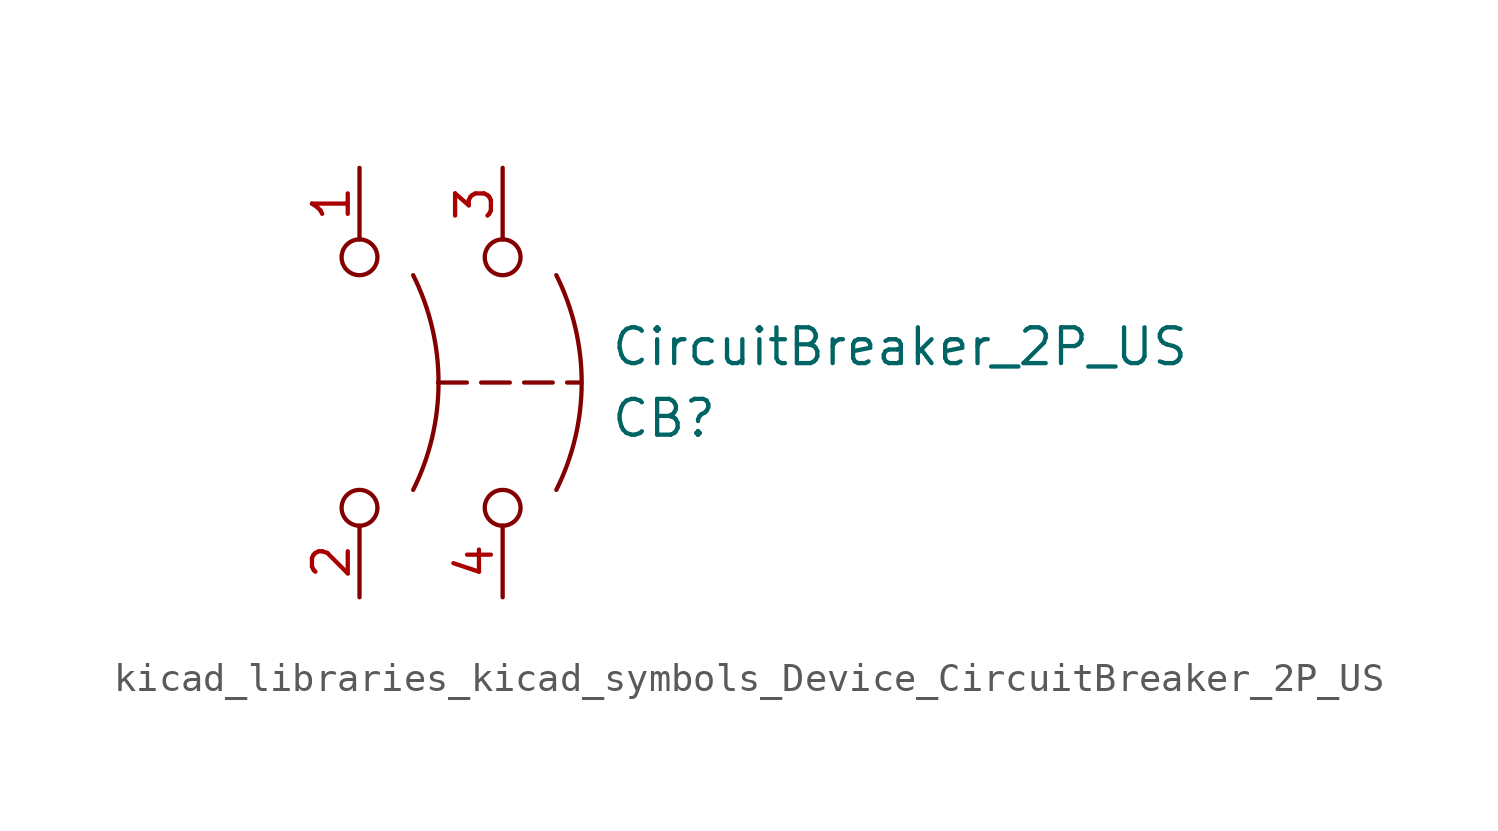
<source format=kicad_sym>
(kicad_symbol_lib
  (version 20220914)
  (generator kicad_symbol_editor)
  (symbol "kicad_libraries_kicad_symbols_Device_CircuitBreaker_2P_US"
    (property "Reference" "CB"
      (at 6.35 -1.27 0)
      (effects (font (size 1.27 1.27)) (justify left)))
    (property "Value" "CircuitBreaker_2P_US"
      (at 6.35 1.27 0)
      (effects (font (size 1.27 1.27)) (justify left)))
    (symbol "kicad_libraries_kicad_symbols_Device_CircuitBreaker_2P_US_0_1"
      (circle (center -2.54 -4.445) (radius 0.635) (stroke (width 0) (type default)) (fill (type none)))
      (circle (center -2.54 4.445) (radius 0.635) (stroke (width 0) (type default)) (fill (type none)))
      (arc (start -0.635 -3.81) (mid 0.2644 0) (end -0.635 3.81) (stroke (width 0) (type default)) (fill (type none)))
      (polyline (pts (xy 0.254 0) (xy 0.254 0)) (stroke (width 0) (type default)) (fill (type none)))
      (polyline (pts (xy 0.254 0) (xy 1.27 0)) (stroke (width 0) (type default)) (fill (type none)))
      (polyline (pts (xy 1.778 0) (xy 2.794 0)) (stroke (width 0) (type default)) (fill (type none)))
      (polyline (pts (xy 3.302 0) (xy 4.318 0)) (stroke (width 0) (type default)) (fill (type none)))
      (polyline (pts (xy 4.826 0) (xy 5.334 0)) (stroke (width 0) (type default)) (fill (type none))))
    (symbol "kicad_libraries_kicad_symbols_Device_CircuitBreaker_2P_US_1_1"
      (circle (center 2.54 -4.445) (radius 0.635) (stroke (width 0) (type default)) (fill (type none)))
      (circle (center 2.54 4.445) (radius 0.635) (stroke (width 0) (type default)) (fill (type none)))
      (arc (start 4.445 -3.81) (mid 5.3444 0) (end 4.445 3.81) (stroke (width 0) (type default)) (fill (type none)))
      (pin passive line (at -2.54 7.62 270) (length 2.54) (name "~" (effects (font (size 1.27 1.27)))) (number "1" (effects (font (size 1.27 1.27)))))
      (pin passive line (at -2.54 -7.62 90) (length 2.54) (name "~" (effects (font (size 1.27 1.27)))) (number "2" (effects (font (size 1.27 1.27)))))
      (pin passive line (at 2.54 7.62 270) (length 2.54) (name "~" (effects (font (size 1.27 1.27)))) (number "3" (effects (font (size 1.27 1.27)))))
      (pin passive line (at 2.54 -7.62 90) (length 2.54) (name "~" (effects (font (size 1.27 1.27)))) (number "4" (effects (font (size 1.27 1.27))))))))
</source>
